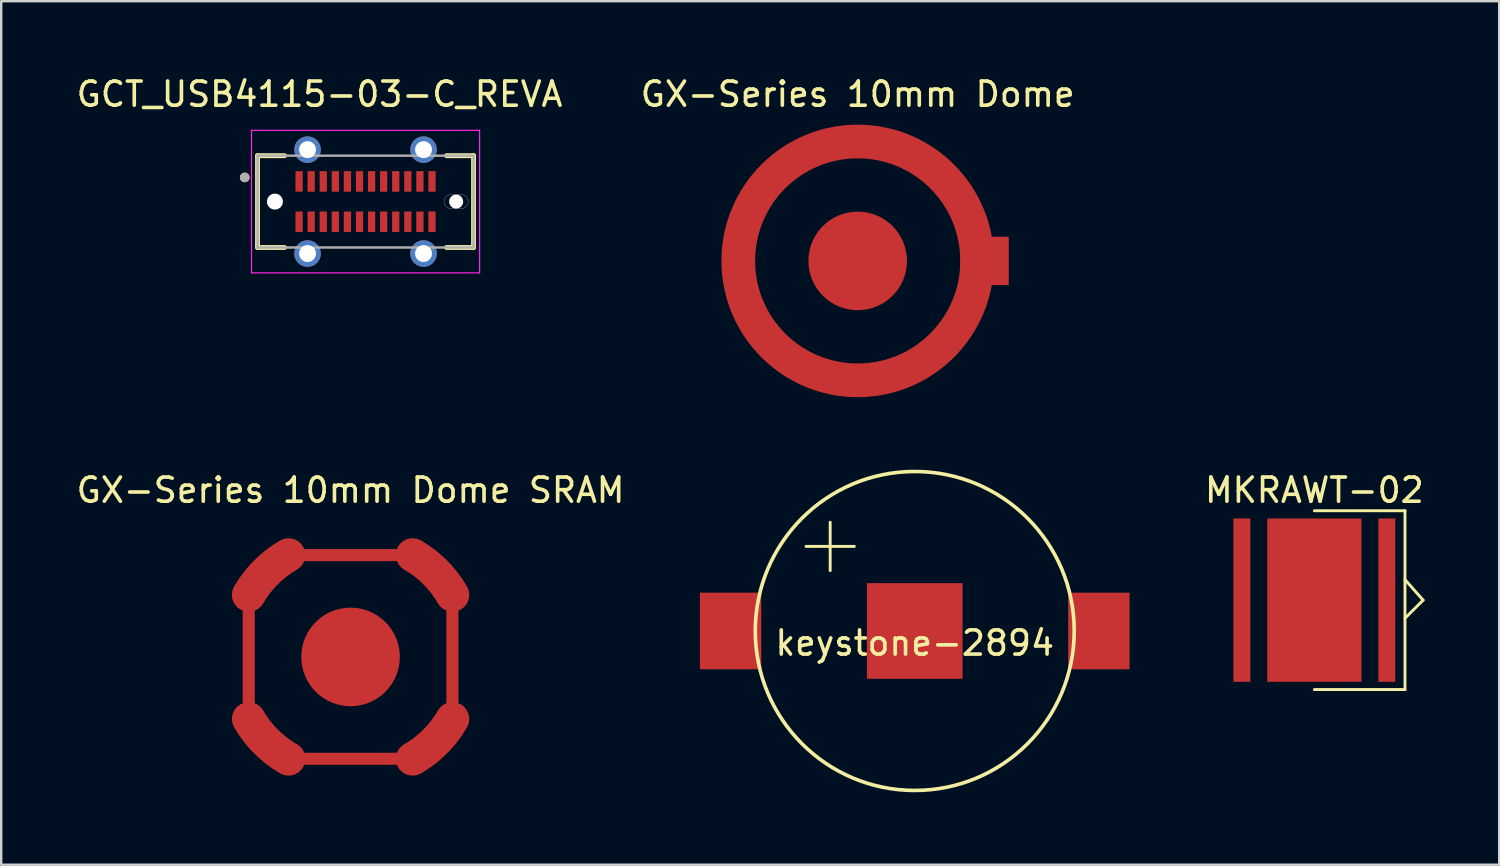
<source format=kicad_pcb>
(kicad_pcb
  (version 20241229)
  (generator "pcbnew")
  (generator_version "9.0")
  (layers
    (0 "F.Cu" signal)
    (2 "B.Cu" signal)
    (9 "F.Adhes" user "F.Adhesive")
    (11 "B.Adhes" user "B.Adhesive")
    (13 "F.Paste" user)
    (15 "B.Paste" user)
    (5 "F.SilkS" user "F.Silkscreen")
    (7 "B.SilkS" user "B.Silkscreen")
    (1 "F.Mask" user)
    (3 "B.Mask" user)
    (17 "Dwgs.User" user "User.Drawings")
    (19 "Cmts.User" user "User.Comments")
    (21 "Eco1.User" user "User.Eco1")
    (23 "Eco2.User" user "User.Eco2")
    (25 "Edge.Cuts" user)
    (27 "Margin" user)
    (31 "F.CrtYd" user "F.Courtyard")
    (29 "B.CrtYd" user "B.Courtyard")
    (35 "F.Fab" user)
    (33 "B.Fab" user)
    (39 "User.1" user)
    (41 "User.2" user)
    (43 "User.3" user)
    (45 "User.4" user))
  (footprint "GCT_USB4115-03-C_REVA"
    (layer "F.Cu")
    (at 12.078 5.293)
    (property "Reference" "GCT_USB4115-03-C_REVA" (at -1.905 -4.445 0) (layer "F.SilkS") (effects (font (size 1 1) (thickness 0.15))))
    (attr through_hole)
    (fp_line (start -4.47 -1.9) (end -4.47 1.9) (stroke (width 0.2) (type solid)) (layer "F.SilkS"))
    (fp_line (start -4.47 1.9) (end -3.35 1.9) (stroke (width 0.2) (type solid)) (layer "F.SilkS"))
    (fp_line (start -3.35 -1.9) (end -4.47 -1.9) (stroke (width 0.2) (type solid)) (layer "F.SilkS"))
    (fp_line (start 3.35 -1.9) (end 4.47 -1.9) (stroke (width 0.2) (type solid)) (layer "F.SilkS"))
    (fp_line (start 4.47 -1.9) (end 4.47 1.9) (stroke (width 0.2) (type solid)) (layer "F.SilkS"))
    (fp_line (start 4.47 1.9) (end 3.35 1.9) (stroke (width 0.2) (type solid)) (layer "F.SilkS"))
    (fp_circle (center -5 -1) (end -4.9 -1) (stroke (width 0.2) (type solid)) (fill no) (layer "F.SilkS"))
    (fp_line (start 3.54 -0.29) (end 3.96 -0.29) (stroke (width 0.01) (type solid)) (layer "Edge.Cuts"))
    (fp_line (start 3.96 0.29) (end 3.54 0.29) (stroke (width 0.01) (type solid)) (layer "Edge.Cuts"))
    (fp_arc (start 3.25 0) (mid 3.334939 -0.205061) (end 3.54 -0.29) (stroke (width 0.01) (type solid)) (layer "Edge.Cuts"))
    (fp_arc (start 3.54 0.29) (mid 3.334939 0.205061) (end 3.25 0) (stroke (width 0.01) (type solid)) (layer "Edge.Cuts"))
    (fp_arc (start 3.96 -0.29) (mid 4.165061 -0.205061) (end 4.25 0) (stroke (width 0.01) (type solid)) (layer "Edge.Cuts"))
    (fp_arc (start 4.25 0) (mid 4.165061 0.205061) (end 3.96 0.29) (stroke (width 0.01) (type solid)) (layer "Edge.Cuts"))
    (fp_line (start -4.72 -2.95) (end 4.72 -2.95) (stroke (width 0.05) (type solid)) (layer "F.CrtYd"))
    (fp_line (start -4.72 2.95) (end -4.72 -2.95) (stroke (width 0.05) (type solid)) (layer "F.CrtYd"))
    (fp_line (start 4.72 -2.95) (end 4.72 2.95) (stroke (width 0.05) (type solid)) (layer "F.CrtYd"))
    (fp_line (start 4.72 2.95) (end -4.72 2.95) (stroke (width 0.05) (type solid)) (layer "F.CrtYd"))
    (fp_line (start -4.47 -1.9) (end 4.47 -1.9) (stroke (width 0.1) (type solid)) (layer "F.Fab"))
    (fp_line (start -4.47 1.9) (end -4.47 -1.9) (stroke (width 0.1) (type solid)) (layer "F.Fab"))
    (fp_line (start 4.47 -1.9) (end 4.47 1.9) (stroke (width 0.1) (type solid)) (layer "F.Fab"))
    (fp_line (start 4.47 1.9) (end -4.47 1.9) (stroke (width 0.1) (type solid)) (layer "F.Fab"))
    (fp_circle (center -5 -1) (end -4.9 -1) (stroke (width 0.2) (type solid)) (fill no) (layer "F.Fab"))
    (pad "" np_thru_hole circle (at -3.75 0) (size 0.66 0.66) (drill 0.66) (layers "*.Cu" "*.Mask"))
    (pad "" np_thru_hole circle (at 3.75 0) (size 0.58 0.58) (drill 0.58) (layers "*.Cu" "*.Mask"))
    (pad "A1" smd rect (at -2.75 -0.835) (size 0.3 0.85) (layers "F.Cu" "F.Mask" "F.Paste"))
    (pad "A2" smd rect (at -2.25 -0.835) (size 0.3 0.85) (layers "F.Cu" "F.Mask" "F.Paste"))
    (pad "A3" smd rect (at -1.75 -0.835) (size 0.3 0.85) (layers "F.Cu" "F.Mask" "F.Paste"))
    (pad "A4" smd rect (at -1.25 -0.835) (size 0.3 0.85) (layers "F.Cu" "F.Mask" "F.Paste"))
    (pad "A5" smd rect (at -0.75 -0.835) (size 0.3 0.85) (layers "F.Cu" "F.Mask" "F.Paste"))
    (pad "A6" smd rect (at -0.25 -0.835) (size 0.3 0.85) (layers "F.Cu" "F.Mask" "F.Paste"))
    (pad "A7" smd rect (at 0.25 -0.835) (size 0.3 0.85) (layers "F.Cu" "F.Mask" "F.Paste"))
    (pad "A8" smd rect (at 0.75 -0.835) (size 0.3 0.85) (layers "F.Cu" "F.Mask" "F.Paste"))
    (pad "A9" smd rect (at 1.25 -0.835) (size 0.3 0.85) (layers "F.Cu" "F.Mask" "F.Paste"))
    (pad "A10" smd rect (at 1.75 -0.835) (size 0.3 0.85) (layers "F.Cu" "F.Mask" "F.Paste"))
    (pad "A11" smd rect (at 2.25 -0.835) (size 0.3 0.85) (layers "F.Cu" "F.Mask" "F.Paste"))
    (pad "A12" smd rect (at 2.75 -0.835) (size 0.3 0.85) (layers "F.Cu" "F.Mask" "F.Paste"))
    (pad "B1" smd rect (at 2.75 0.835) (size 0.3 0.85) (layers "F.Cu" "F.Mask" "F.Paste"))
    (pad "B2" smd rect (at 2.25 0.835) (size 0.3 0.85) (layers "F.Cu" "F.Mask" "F.Paste"))
    (pad "B3" smd rect (at 1.75 0.835) (size 0.3 0.85) (layers "F.Cu" "F.Mask" "F.Paste"))
    (pad "B4" smd rect (at 1.25 0.835) (size 0.3 0.85) (layers "F.Cu" "F.Mask" "F.Paste"))
    (pad "B5" smd rect (at 0.75 0.835) (size 0.3 0.85) (layers "F.Cu" "F.Mask" "F.Paste"))
    (pad "B6" smd rect (at 0.25 0.835) (size 0.3 0.85) (layers "F.Cu" "F.Mask" "F.Paste"))
    (pad "B7" smd rect (at -0.25 0.835) (size 0.3 0.85) (layers "F.Cu" "F.Mask" "F.Paste"))
    (pad "B8" smd rect (at -0.75 0.835) (size 0.3 0.85) (layers "F.Cu" "F.Mask" "F.Paste"))
    (pad "B9" smd rect (at -1.25 0.835) (size 0.3 0.85) (layers "F.Cu" "F.Mask" "F.Paste"))
    (pad "B10" smd rect (at -1.75 0.835) (size 0.3 0.85) (layers "F.Cu" "F.Mask" "F.Paste"))
    (pad "B11" smd rect (at -2.25 0.835) (size 0.3 0.85) (layers "F.Cu" "F.Mask" "F.Paste"))
    (pad "B12" smd rect (at -2.75 0.835) (size 0.3 0.85) (layers "F.Cu" "F.Mask" "F.Paste"))
    (pad "S1" thru_hole circle (at -2.4 -2.15) (size 1.1 1.1) (drill 0.7) (layers "*.Cu" "*.Mask"))
    (pad "S2" thru_hole circle (at -2.4 2.15) (size 1.1 1.1) (drill 0.7) (layers "*.Cu" "*.Mask"))
    (pad "S3" thru_hole circle (at 2.4 2.15) (size 1.1 1.1) (drill 0.7) (layers "*.Cu" "*.Mask"))
    (pad "S4" thru_hole circle (at 2.4 -2.15) (size 1.1 1.1) (drill 0.7) (layers "*.Cu" "*.Mask")))
  (footprint "MKRAWT-02"
    (layer "F.Cu")
    (at 51.345 21.787)
    (property "Reference" "MKRAWT-02" (at 0 -4.55 0) (unlocked yes) (layer "F.SilkS") (effects (font (size 1 1) (thickness 0.15))))
    (attr smd)
    (fp_line (start 0 -3.7) (end 3.75 -3.7) (stroke (width 0.12) (type default)) (layer "F.SilkS"))
    (fp_line (start 3.75 -3.7) (end 3.75 3.7) (stroke (width 0.12) (type default)) (layer "F.SilkS"))
    (fp_line (start 3.75 -0.85) (end 4.5 0) (stroke (width 0.12) (type default)) (layer "F.SilkS"))
    (fp_line (start 3.75 3.7) (end 0 3.7) (stroke (width 0.12) (type default)) (layer "F.SilkS"))
    (fp_line (start 4.5 0) (end 3.75 0.75) (stroke (width 0.12) (type default)) (layer "F.SilkS"))
    (fp_rect (start -1.495 0.255) (end -0.205 1.545) (stroke (width 0.12) (type solid)) (fill yes) (layer "F.Paste"))
    (fp_rect (start -1.495 1.86) (end -0.205 3.15) (stroke (width 0.12) (type solid)) (fill yes) (layer "F.Paste"))
    (fp_rect (start -1.49 -3.095) (end -0.2 -1.805) (stroke (width 0.12) (type solid)) (fill yes) (layer "F.Paste"))
    (fp_rect (start -1.49 -1.49) (end -0.2 -0.2) (stroke (width 0.12) (type solid)) (fill yes) (layer "F.Paste"))
    (fp_rect (start 0.205 0.26) (end 1.495 1.55) (stroke (width 0.12) (type solid)) (fill yes) (layer "F.Paste"))
    (fp_rect (start 0.205 1.86) (end 1.495 3.15) (stroke (width 0.12) (type solid)) (fill yes) (layer "F.Paste"))
    (fp_rect (start 0.21 -3.09) (end 1.5 -1.8) (stroke (width 0.12) (type solid)) (fill yes) (layer "F.Paste"))
    (fp_rect (start 0.21 -1.49) (end 1.5 -0.2) (stroke (width 0.12) (type solid)) (fill yes) (layer "F.Paste"))
    (pad "1" smd rect (at 3 0) (size 0.7 6.76) (layers "F.Cu" "F.Mask" "F.Paste"))
    (pad "2" smd rect (at -3 0) (size 0.7 6.76) (layers "F.Cu" "F.Mask" "F.Paste"))
    (pad "3" smd rect (at 0 0) (size 3.9 6.76) (property pad_prop_heatsink) (layers "F.Cu" "F.Mask")))
  (footprint "GX-Series 10mm Dome"
    (layer "F.Cu")
    (at 32.446 7.748)
    (property "Reference" "GX-Series 10mm Dome" (at 0 -6.9 0) (unlocked yes) (layer "F.SilkS") (effects (font (size 1 1) (thickness 0.15))))
    (attr smd)
    (fp_circle (center 0 0) (end 4.942 0) (stroke (width 1.395) (type default)) (fill no) (layer "F.Cu"))
    (fp_circle (center 0 0) (end 4.942 0) (stroke (width 1.395) (type default)) (fill no) (layer "F.Mask"))
    (pad "1" smd circle (at 0 0 90) (size 4.08 4.08) (layers "F.Cu" "F.Mask"))
    (pad "2" smd rect (at 5.25 0 180) (size 2 2) (layers "F.Cu" "F.Mask"))
    (zone (net_name "") (layer "F.Mask") (hatch edge 0.5) (connect_pads) (min_thickness 0.25) (filled_areas_thickness no) (keepout (tracks allowed) (vias allowed) (pads allowed) (copperpour allowed) (footprints allowed)) (placement (enabled no)) (fill) (polygon (pts (xy 32.446 3.348) (xy 30.246 3.448) (xy 28.346 5.448) (xy 27.546 7.748) (xy 28.846 10.648) (xy 32.446 12.648) (xy 36.046 10.948) (xy 37.046 7.748) (xy 36.046 4.548) (xy 34.146 3.348)))))
  (footprint "GX-Series 10mm Dome SRAM"
    (layer "F.Cu")
    (at 11.458 24.137)
    (property "Reference" "GX-Series 10mm Dome SRAM" (at 0 -6.9 0) (unlocked yes) (layer "F.SilkS") (effects (font (size 1 1) (thickness 0.15))))
    (attr smd)
    (pad "1" smd circle (at 0 0 90) (size 4.08 4.08) (layers "F.Cu" "F.Mask"))
    (pad "2" smd custom (at 3.5 -3.5) (size 0.5 0.5) (layers "F.Cu" "F.Mask") (options (anchor rect)) (primitives (gr_arc (start -0.932199 -0.715301) (mid 0 0) (end 0.715301 0.932199) (width 1.395)) (gr_line (start -0.932 -0.715) (end -6.068 -0.715) (width 0.5)) (gr_line (start 0.715 6.068) (end 0.715 0.932) (width 0.5)) (gr_arc (start 0.715301 6.067801) (mid 0 7) (end -0.932199 7.715301) (width 1.395)) (gr_line (start -6.068 7.715) (end -0.932 7.715) (width 0.5)) (gr_arc (start -6.067801 7.715301) (mid -7 7) (end -7.715301 6.067801) (width 1.395)) (gr_line (start -7.715 0.932) (end -7.715 6.068) (width 0.5)) (gr_arc (start -7.715301 0.932199) (mid -7 0) (end -6.067801 -0.715301) (width 1.395))))
    (zone (net_name "") (layers "F.Mask" "F.SilkS" "F.Paste") (hatch edge 0.5) (connect_pads) (min_thickness 0.25) (filled_areas_thickness no) (keepout (tracks allowed) (vias allowed) (pads allowed) (copperpour allowed) (footprints allowed)) (placement (enabled no)) (fill) (polygon (pts (xy 15.701 24.137) (xy 15.682 23.733) (xy 15.624 23.334) (xy 15.529 22.941) (xy 15.397 22.56) (xy 15.229 22.192) (xy 15.027 21.843) (xy 14.793 21.514) (xy 14.529 21.209) (xy 14.237 20.93) (xy 13.919 20.681) (xy 13.58 20.462) (xy 13.221 20.277) (xy 12.846 20.127) (xy 12.459 20.013) (xy 12.062 19.937) (xy 11.66 19.899) (xy 11.256 19.899) (xy 10.855 19.937) (xy 10.458 20.013) (xy 10.071 20.127) (xy 9.696 20.277) (xy 9.337 20.462) (xy 8.997 20.681) (xy 8.68 20.93) (xy 8.388 21.209) (xy 8.123 21.514) (xy 7.889 21.843) (xy 7.687 22.192) (xy 7.52 22.56) (xy 7.388 22.941) (xy 7.292 23.334) (xy 7.235 23.733) (xy 7.216 24.137) (xy 7.235 24.54) (xy 7.292 24.939) (xy 7.388 25.332) (xy 7.52 25.713) (xy 7.687 26.081) (xy 7.889 26.43) (xy 8.123 26.759) (xy 8.388 27.064) (xy 8.68 27.343) (xy 8.997 27.592) (xy 9.337 27.811) (xy 9.696 27.996) (xy 10.071 28.146) (xy 10.458 28.26) (xy 10.855 28.336) (xy 11.256 28.374) (xy 11.66 28.374) (xy 12.062 28.336) (xy 12.459 28.26) (xy 12.846 28.146) (xy 13.221 27.996) (xy 13.58 27.811) (xy 13.919 27.592) (xy 14.237 27.343) (xy 14.529 27.064) (xy 14.793 26.759) (xy 15.027 26.43) (xy 15.229 26.081) (xy 15.397 25.713) (xy 15.529 25.332) (xy 15.624 24.939) (xy 15.682 24.54)))))
  (footprint "keystone-2894"
    (layer "F.Cu")
    (at 34.807 23.063)
    (property "Reference" "keystone-2894" (at 0 0.5 0) (layer "F.SilkS") (effects (font (size 1 1) (thickness 0.15))))
    (attr through_hole)
    (fp_line (start -4.5 -3.5) (end -2.5 -3.5) (stroke (width 0.12) (type solid)) (layer "F.SilkS"))
    (fp_line (start -3.5 -4.5) (end -3.5 -2.5) (stroke (width 0.12) (type solid)) (layer "F.SilkS"))
    (fp_circle (center 0 0) (end 6.6 0) (stroke (width 0.15) (type solid)) (fill no) (layer "F.SilkS"))
    (pad "1" smd rect (at -7.62 0) (size 2.54 3.17) (layers "F.Cu" "F.Mask" "F.Paste"))
    (pad "1" smd rect (at 7.62 0) (size 2.54 3.17) (layers "F.Cu" "F.Mask" "F.Paste"))
    (pad "2" smd rect (at 0 0) (size 3.96 3.96) (layers "F.Cu" "F.Mask" "F.Paste")))
  (gr_rect
    (start -3 -3)
    (end 58.994 32.738)
    (stroke (width 0.1) (type default))
    (fill no)
    (layer "Edge.Cuts")))
</source>
